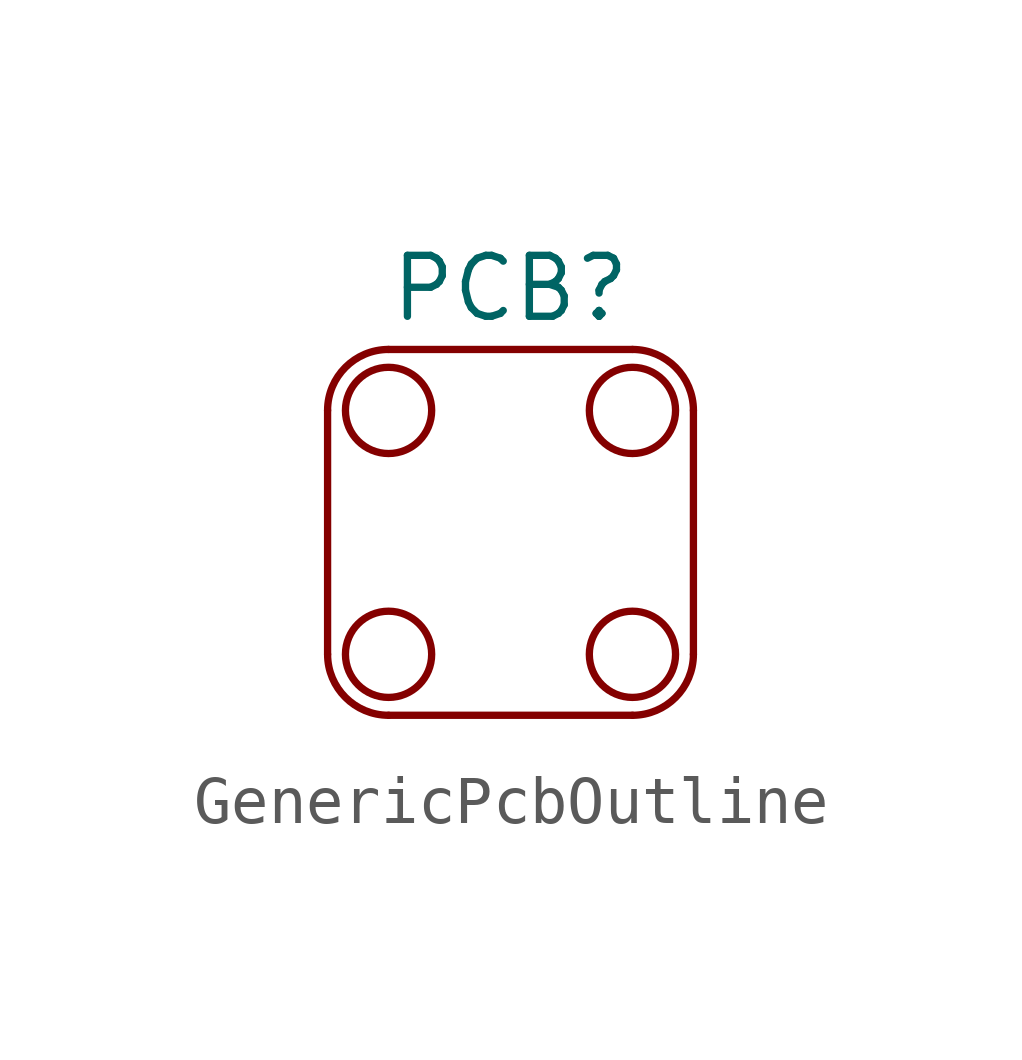
<source format=kicad_sym>
(kicad_symbol_lib
  (version 20241209)
  (generator "kicad_symbol_editor")
  (generator_version "9.0")
  (symbol "GenericPcbOutline"
    (property "Reference" "PCB"
      (at 0 5.08 0)
      (effects (font (size 1.27 1.27))))
    (property "Value" ""
      (at 0 0 0)
      (effects (font (size 1.27 1.27))))
    (symbol "GenericPcbOutline_1_1"
      (polyline (pts (xy -3.81 2.54) (xy -3.81 -2.54)) (stroke (width 0) (type default)) (fill (type none)))
      (arc (start -3.81 2.54) (mid -3.438 3.438) (end -2.54 3.81) (stroke (width 0) (type default)) (fill (type none)))
      (circle (center -2.54 2.54) (radius 0.898) (stroke (width 0) (type default)) (fill (type none)))
      (circle (center -2.54 -2.54) (radius 0.898) (stroke (width 0) (type default)) (fill (type none)))
      (arc (start -2.54 -3.81) (mid -3.438 -3.438) (end -3.81 -2.54) (stroke (width 0) (type default)) (fill (type none)))
      (polyline (pts (xy -2.54 -3.81) (xy 2.54 -3.81)) (stroke (width 0) (type default)) (fill (type none)))
      (polyline (pts (xy 2.54 3.81) (xy -2.54 3.81)) (stroke (width 0) (type default)) (fill (type none)))
      (arc (start 2.54 3.81) (mid 3.438 3.438) (end 3.81 2.54) (stroke (width 0) (type default)) (fill (type none)))
      (circle (center 2.54 2.54) (radius 0.898) (stroke (width 0) (type default)) (fill (type none)))
      (circle (center 2.54 -2.54) (radius 0.898) (stroke (width 0) (type default)) (fill (type none)))
      (arc (start 3.81 -2.54) (mid 3.438 -3.438) (end 2.54 -3.81) (stroke (width 0) (type default)) (fill (type none)))
      (polyline (pts (xy 3.81 -2.54) (xy 3.81 2.54)) (stroke (width 0) (type default)) (fill (type none))))))
</source>
